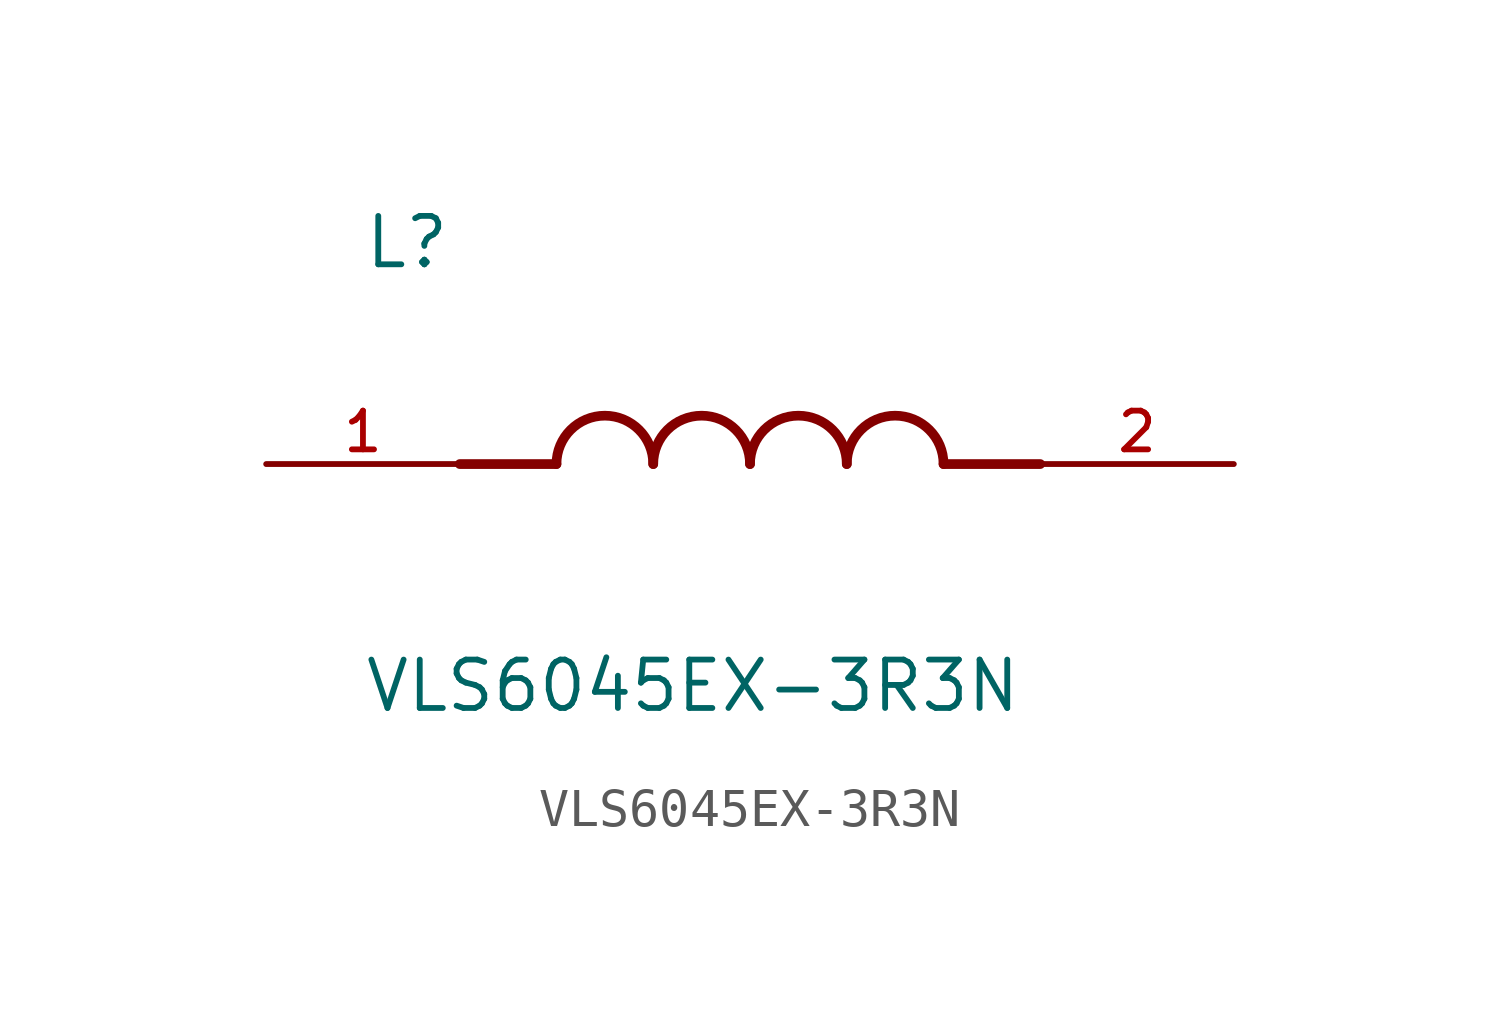
<source format=kicad_sym>
(kicad_symbol_lib
  (version 20211014)
  (generator kicad_symbol_editor)
  (symbol "VLS6045EX-3R3N"
    (pin_names
      (offset 1.016))
    (property "Reference" "L"
      (at -10.16 5.08 0)
      (effects (font (size 1.27 1.27)) (justify bottom left)))
    (property "Value" "VLS6045EX-3R3N"
      (at -10.16 -5.08 0)
      (effects (font (size 1.27 1.27)) (justify top left)))
    (symbol "VLS6045EX-3R3N_0_0"
      (polyline (pts (xy -5.08 0.0) (xy -7.62 0.0)) (stroke (width 0.254)))
      (polyline (pts (xy 5.08 0.0) (xy 7.62 0.0)) (stroke (width 0.254)))
      (arc (start -2.54 0.0) (mid -3.81 1.27) (end -5.08 0.0) (stroke (width 0.254) (type default) (color 0 0 0 0)) (fill (type none)))
      (arc (start 0.0 0.0) (mid -1.27 1.27) (end -2.54 0.0) (stroke (width 0.254) (type default) (color 0 0 0 0)) (fill (type none)))
      (arc (start 2.54 0.0) (mid 1.27 1.27) (end 0.0 0.0) (stroke (width 0.254) (type default) (color 0 0 0 0)) (fill (type none)))
      (arc (start 5.08 0.0) (mid 3.81 1.27) (end 2.54 0.0) (stroke (width 0.254) (type default) (color 0 0 0 0)) (fill (type none)))
      (pin passive line (at -12.7 0.0 0) (length 5.08) (name "~" (effects (font (size 1.016 1.016)))) (number "1" (effects (font (size 1.016 1.016)))))
      (pin passive line (at 12.7 0.0 180.0) (length 5.08) (name "~" (effects (font (size 1.016 1.016)))) (number "2" (effects (font (size 1.016 1.016))))))))
</source>
